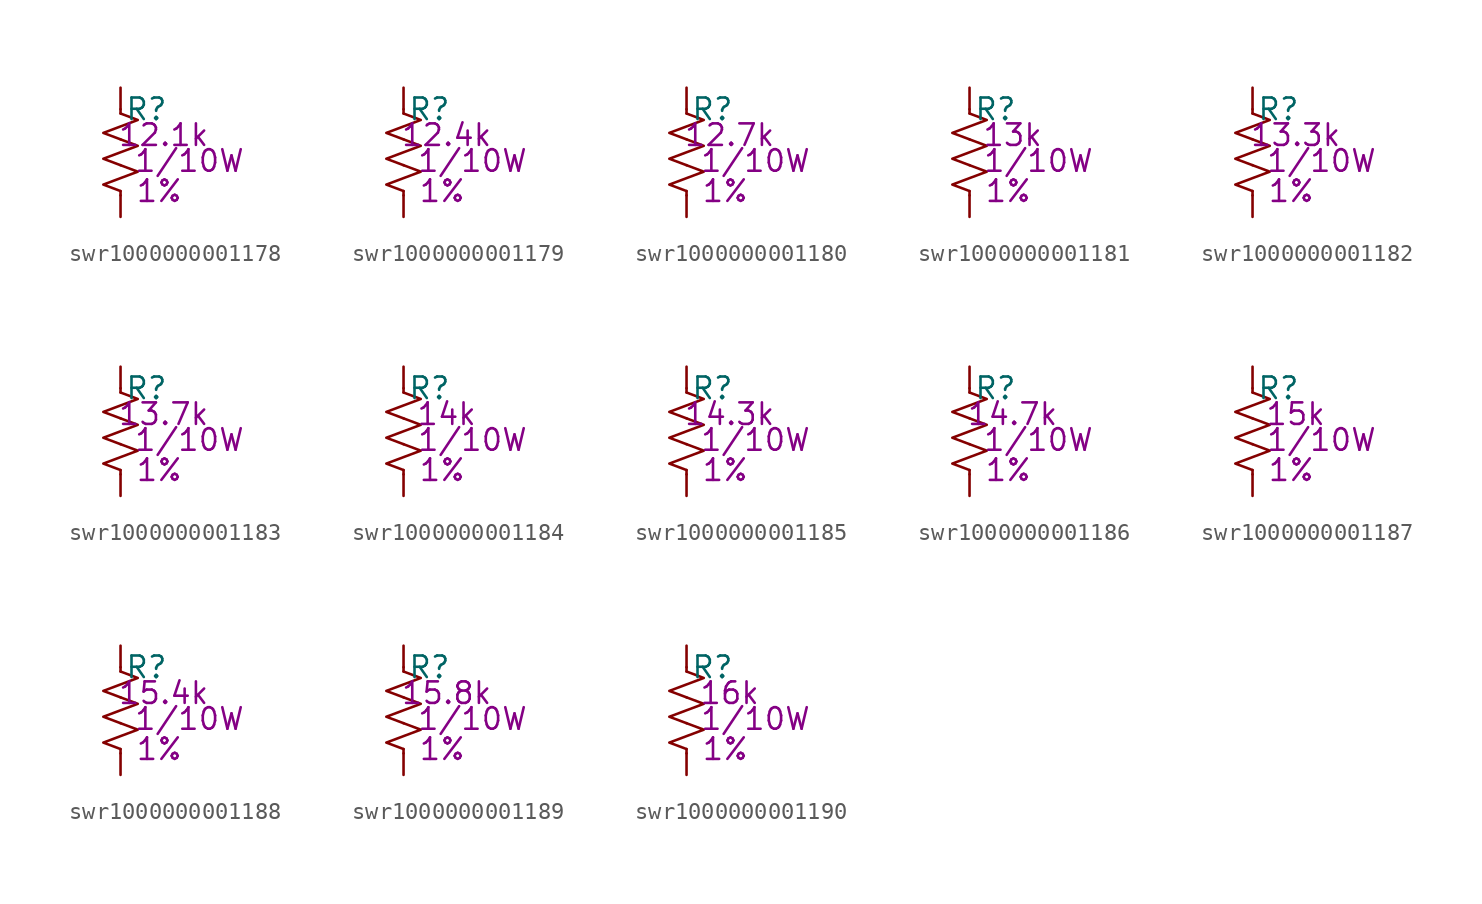
<source format=kicad_sym>
(kicad_symbol_lib
  (version 20211014)
  (generator kicad_symbol_editor)
  (symbol "swr1000000001178"
    (pin_numbers hide)
    (pin_names
      (offset 1.016))
    (property "Reference" "R"
      (at 1.524 2.54 0)
      (effects (font (size 1.27 1.27))))
    (property "PartValue" "12.1k"
      (at 2.54 1.016 0)
      (effects (font (size 1.27 1.27))))
    (property "Tolerance" "1%"
      (at 2.286 -2.286 0)
      (effects (font (size 1.27 1.27))))
    (property "Wattage" "1/10W"
      (at 4.064 -0.508 0)
      (effects (font (size 1.27 1.27))))
    (symbol "swr1000000001178_1_1"
      (polyline (pts (xy 0 -2.286) (xy 0 -2.54)) (stroke (width 0) (type default) (color 0 0 0 0)) (fill (type none)))
      (polyline (pts (xy 0 2.286) (xy 0 2.54)) (stroke (width 0) (type default) (color 0 0 0 0)) (fill (type none)))
      (polyline (pts (xy 0 -0.762) (xy 1.016 -1.143) (xy 0 -1.524) (xy -1.016 -1.905) (xy 0 -2.286)) (stroke (width 0) (type default) (color 0 0 0 0)) (fill (type none)))
      (polyline (pts (xy 0 0.762) (xy 1.016 0.381) (xy 0 0) (xy -1.016 -0.381) (xy 0 -0.762)) (stroke (width 0) (type default) (color 0 0 0 0)) (fill (type none)))
      (polyline (pts (xy 0 2.286) (xy 1.016 1.905) (xy 0 1.524) (xy -1.016 1.143) (xy 0 0.762)) (stroke (width 0) (type default) (color 0 0 0 0)) (fill (type none)))
      (pin passive line (at 0 3.81 270) (length 1.27) (name "~" (effects (font (size 1.27 1.27)))) (number "1" (effects (font (size 1.27 1.27)))))
      (pin passive line (at 0 -3.81 90) (length 1.27) (name "~" (effects (font (size 1.27 1.27)))) (number "2" (effects (font (size 1.27 1.27)))))))
  (symbol "swr1000000001179"
    (pin_numbers hide)
    (pin_names
      (offset 1.016))
    (property "Reference" "R"
      (at 1.524 2.54 0)
      (effects (font (size 1.27 1.27))))
    (property "PartValue" "12.4k"
      (at 2.54 1.016 0)
      (effects (font (size 1.27 1.27))))
    (property "Tolerance" "1%"
      (at 2.286 -2.286 0)
      (effects (font (size 1.27 1.27))))
    (property "Wattage" "1/10W"
      (at 4.064 -0.508 0)
      (effects (font (size 1.27 1.27))))
    (symbol "swr1000000001179_1_1"
      (polyline (pts (xy 0 -2.286) (xy 0 -2.54)) (stroke (width 0) (type default) (color 0 0 0 0)) (fill (type none)))
      (polyline (pts (xy 0 2.286) (xy 0 2.54)) (stroke (width 0) (type default) (color 0 0 0 0)) (fill (type none)))
      (polyline (pts (xy 0 -0.762) (xy 1.016 -1.143) (xy 0 -1.524) (xy -1.016 -1.905) (xy 0 -2.286)) (stroke (width 0) (type default) (color 0 0 0 0)) (fill (type none)))
      (polyline (pts (xy 0 0.762) (xy 1.016 0.381) (xy 0 0) (xy -1.016 -0.381) (xy 0 -0.762)) (stroke (width 0) (type default) (color 0 0 0 0)) (fill (type none)))
      (polyline (pts (xy 0 2.286) (xy 1.016 1.905) (xy 0 1.524) (xy -1.016 1.143) (xy 0 0.762)) (stroke (width 0) (type default) (color 0 0 0 0)) (fill (type none)))
      (pin passive line (at 0 3.81 270) (length 1.27) (name "~" (effects (font (size 1.27 1.27)))) (number "1" (effects (font (size 1.27 1.27)))))
      (pin passive line (at 0 -3.81 90) (length 1.27) (name "~" (effects (font (size 1.27 1.27)))) (number "2" (effects (font (size 1.27 1.27)))))))
  (symbol "swr1000000001180"
    (pin_numbers hide)
    (pin_names
      (offset 1.016))
    (property "Reference" "R"
      (at 1.524 2.54 0)
      (effects (font (size 1.27 1.27))))
    (property "PartValue" "12.7k"
      (at 2.54 1.016 0)
      (effects (font (size 1.27 1.27))))
    (property "Tolerance" "1%"
      (at 2.286 -2.286 0)
      (effects (font (size 1.27 1.27))))
    (property "Wattage" "1/10W"
      (at 4.064 -0.508 0)
      (effects (font (size 1.27 1.27))))
    (symbol "swr1000000001180_1_1"
      (polyline (pts (xy 0 -2.286) (xy 0 -2.54)) (stroke (width 0) (type default) (color 0 0 0 0)) (fill (type none)))
      (polyline (pts (xy 0 2.286) (xy 0 2.54)) (stroke (width 0) (type default) (color 0 0 0 0)) (fill (type none)))
      (polyline (pts (xy 0 -0.762) (xy 1.016 -1.143) (xy 0 -1.524) (xy -1.016 -1.905) (xy 0 -2.286)) (stroke (width 0) (type default) (color 0 0 0 0)) (fill (type none)))
      (polyline (pts (xy 0 0.762) (xy 1.016 0.381) (xy 0 0) (xy -1.016 -0.381) (xy 0 -0.762)) (stroke (width 0) (type default) (color 0 0 0 0)) (fill (type none)))
      (polyline (pts (xy 0 2.286) (xy 1.016 1.905) (xy 0 1.524) (xy -1.016 1.143) (xy 0 0.762)) (stroke (width 0) (type default) (color 0 0 0 0)) (fill (type none)))
      (pin passive line (at 0 3.81 270) (length 1.27) (name "~" (effects (font (size 1.27 1.27)))) (number "1" (effects (font (size 1.27 1.27)))))
      (pin passive line (at 0 -3.81 90) (length 1.27) (name "~" (effects (font (size 1.27 1.27)))) (number "2" (effects (font (size 1.27 1.27)))))))
  (symbol "swr1000000001181"
    (pin_numbers hide)
    (pin_names
      (offset 1.016))
    (property "Reference" "R"
      (at 1.524 2.54 0)
      (effects (font (size 1.27 1.27))))
    (property "PartValue" "13k"
      (at 2.54 1.016 0)
      (effects (font (size 1.27 1.27))))
    (property "Tolerance" "1%"
      (at 2.286 -2.286 0)
      (effects (font (size 1.27 1.27))))
    (property "Wattage" "1/10W"
      (at 4.064 -0.508 0)
      (effects (font (size 1.27 1.27))))
    (symbol "swr1000000001181_1_1"
      (polyline (pts (xy 0 -2.286) (xy 0 -2.54)) (stroke (width 0) (type default) (color 0 0 0 0)) (fill (type none)))
      (polyline (pts (xy 0 2.286) (xy 0 2.54)) (stroke (width 0) (type default) (color 0 0 0 0)) (fill (type none)))
      (polyline (pts (xy 0 -0.762) (xy 1.016 -1.143) (xy 0 -1.524) (xy -1.016 -1.905) (xy 0 -2.286)) (stroke (width 0) (type default) (color 0 0 0 0)) (fill (type none)))
      (polyline (pts (xy 0 0.762) (xy 1.016 0.381) (xy 0 0) (xy -1.016 -0.381) (xy 0 -0.762)) (stroke (width 0) (type default) (color 0 0 0 0)) (fill (type none)))
      (polyline (pts (xy 0 2.286) (xy 1.016 1.905) (xy 0 1.524) (xy -1.016 1.143) (xy 0 0.762)) (stroke (width 0) (type default) (color 0 0 0 0)) (fill (type none)))
      (pin passive line (at 0 3.81 270) (length 1.27) (name "~" (effects (font (size 1.27 1.27)))) (number "1" (effects (font (size 1.27 1.27)))))
      (pin passive line (at 0 -3.81 90) (length 1.27) (name "~" (effects (font (size 1.27 1.27)))) (number "2" (effects (font (size 1.27 1.27)))))))
  (symbol "swr1000000001182"
    (pin_numbers hide)
    (pin_names
      (offset 1.016))
    (property "Reference" "R"
      (at 1.524 2.54 0)
      (effects (font (size 1.27 1.27))))
    (property "PartValue" "13.3k"
      (at 2.54 1.016 0)
      (effects (font (size 1.27 1.27))))
    (property "Tolerance" "1%"
      (at 2.286 -2.286 0)
      (effects (font (size 1.27 1.27))))
    (property "Wattage" "1/10W"
      (at 4.064 -0.508 0)
      (effects (font (size 1.27 1.27))))
    (symbol "swr1000000001182_1_1"
      (polyline (pts (xy 0 -2.286) (xy 0 -2.54)) (stroke (width 0) (type default) (color 0 0 0 0)) (fill (type none)))
      (polyline (pts (xy 0 2.286) (xy 0 2.54)) (stroke (width 0) (type default) (color 0 0 0 0)) (fill (type none)))
      (polyline (pts (xy 0 -0.762) (xy 1.016 -1.143) (xy 0 -1.524) (xy -1.016 -1.905) (xy 0 -2.286)) (stroke (width 0) (type default) (color 0 0 0 0)) (fill (type none)))
      (polyline (pts (xy 0 0.762) (xy 1.016 0.381) (xy 0 0) (xy -1.016 -0.381) (xy 0 -0.762)) (stroke (width 0) (type default) (color 0 0 0 0)) (fill (type none)))
      (polyline (pts (xy 0 2.286) (xy 1.016 1.905) (xy 0 1.524) (xy -1.016 1.143) (xy 0 0.762)) (stroke (width 0) (type default) (color 0 0 0 0)) (fill (type none)))
      (pin passive line (at 0 3.81 270) (length 1.27) (name "~" (effects (font (size 1.27 1.27)))) (number "1" (effects (font (size 1.27 1.27)))))
      (pin passive line (at 0 -3.81 90) (length 1.27) (name "~" (effects (font (size 1.27 1.27)))) (number "2" (effects (font (size 1.27 1.27)))))))
  (symbol "swr1000000001183"
    (pin_numbers hide)
    (pin_names
      (offset 1.016))
    (property "Reference" "R"
      (at 1.524 2.54 0)
      (effects (font (size 1.27 1.27))))
    (property "PartValue" "13.7k"
      (at 2.54 1.016 0)
      (effects (font (size 1.27 1.27))))
    (property "Tolerance" "1%"
      (at 2.286 -2.286 0)
      (effects (font (size 1.27 1.27))))
    (property "Wattage" "1/10W"
      (at 4.064 -0.508 0)
      (effects (font (size 1.27 1.27))))
    (symbol "swr1000000001183_1_1"
      (polyline (pts (xy 0 -2.286) (xy 0 -2.54)) (stroke (width 0) (type default) (color 0 0 0 0)) (fill (type none)))
      (polyline (pts (xy 0 2.286) (xy 0 2.54)) (stroke (width 0) (type default) (color 0 0 0 0)) (fill (type none)))
      (polyline (pts (xy 0 -0.762) (xy 1.016 -1.143) (xy 0 -1.524) (xy -1.016 -1.905) (xy 0 -2.286)) (stroke (width 0) (type default) (color 0 0 0 0)) (fill (type none)))
      (polyline (pts (xy 0 0.762) (xy 1.016 0.381) (xy 0 0) (xy -1.016 -0.381) (xy 0 -0.762)) (stroke (width 0) (type default) (color 0 0 0 0)) (fill (type none)))
      (polyline (pts (xy 0 2.286) (xy 1.016 1.905) (xy 0 1.524) (xy -1.016 1.143) (xy 0 0.762)) (stroke (width 0) (type default) (color 0 0 0 0)) (fill (type none)))
      (pin passive line (at 0 3.81 270) (length 1.27) (name "~" (effects (font (size 1.27 1.27)))) (number "1" (effects (font (size 1.27 1.27)))))
      (pin passive line (at 0 -3.81 90) (length 1.27) (name "~" (effects (font (size 1.27 1.27)))) (number "2" (effects (font (size 1.27 1.27)))))))
  (symbol "swr1000000001184"
    (pin_numbers hide)
    (pin_names
      (offset 1.016))
    (property "Reference" "R"
      (at 1.524 2.54 0)
      (effects (font (size 1.27 1.27))))
    (property "PartValue" "14k"
      (at 2.54 1.016 0)
      (effects (font (size 1.27 1.27))))
    (property "Tolerance" "1%"
      (at 2.286 -2.286 0)
      (effects (font (size 1.27 1.27))))
    (property "Wattage" "1/10W"
      (at 4.064 -0.508 0)
      (effects (font (size 1.27 1.27))))
    (symbol "swr1000000001184_1_1"
      (polyline (pts (xy 0 -2.286) (xy 0 -2.54)) (stroke (width 0) (type default) (color 0 0 0 0)) (fill (type none)))
      (polyline (pts (xy 0 2.286) (xy 0 2.54)) (stroke (width 0) (type default) (color 0 0 0 0)) (fill (type none)))
      (polyline (pts (xy 0 -0.762) (xy 1.016 -1.143) (xy 0 -1.524) (xy -1.016 -1.905) (xy 0 -2.286)) (stroke (width 0) (type default) (color 0 0 0 0)) (fill (type none)))
      (polyline (pts (xy 0 0.762) (xy 1.016 0.381) (xy 0 0) (xy -1.016 -0.381) (xy 0 -0.762)) (stroke (width 0) (type default) (color 0 0 0 0)) (fill (type none)))
      (polyline (pts (xy 0 2.286) (xy 1.016 1.905) (xy 0 1.524) (xy -1.016 1.143) (xy 0 0.762)) (stroke (width 0) (type default) (color 0 0 0 0)) (fill (type none)))
      (pin passive line (at 0 3.81 270) (length 1.27) (name "~" (effects (font (size 1.27 1.27)))) (number "1" (effects (font (size 1.27 1.27)))))
      (pin passive line (at 0 -3.81 90) (length 1.27) (name "~" (effects (font (size 1.27 1.27)))) (number "2" (effects (font (size 1.27 1.27)))))))
  (symbol "swr1000000001185"
    (pin_numbers hide)
    (pin_names
      (offset 1.016))
    (property "Reference" "R"
      (at 1.524 2.54 0)
      (effects (font (size 1.27 1.27))))
    (property "PartValue" "14.3k"
      (at 2.54 1.016 0)
      (effects (font (size 1.27 1.27))))
    (property "Tolerance" "1%"
      (at 2.286 -2.286 0)
      (effects (font (size 1.27 1.27))))
    (property "Wattage" "1/10W"
      (at 4.064 -0.508 0)
      (effects (font (size 1.27 1.27))))
    (symbol "swr1000000001185_1_1"
      (polyline (pts (xy 0 -2.286) (xy 0 -2.54)) (stroke (width 0) (type default) (color 0 0 0 0)) (fill (type none)))
      (polyline (pts (xy 0 2.286) (xy 0 2.54)) (stroke (width 0) (type default) (color 0 0 0 0)) (fill (type none)))
      (polyline (pts (xy 0 -0.762) (xy 1.016 -1.143) (xy 0 -1.524) (xy -1.016 -1.905) (xy 0 -2.286)) (stroke (width 0) (type default) (color 0 0 0 0)) (fill (type none)))
      (polyline (pts (xy 0 0.762) (xy 1.016 0.381) (xy 0 0) (xy -1.016 -0.381) (xy 0 -0.762)) (stroke (width 0) (type default) (color 0 0 0 0)) (fill (type none)))
      (polyline (pts (xy 0 2.286) (xy 1.016 1.905) (xy 0 1.524) (xy -1.016 1.143) (xy 0 0.762)) (stroke (width 0) (type default) (color 0 0 0 0)) (fill (type none)))
      (pin passive line (at 0 3.81 270) (length 1.27) (name "~" (effects (font (size 1.27 1.27)))) (number "1" (effects (font (size 1.27 1.27)))))
      (pin passive line (at 0 -3.81 90) (length 1.27) (name "~" (effects (font (size 1.27 1.27)))) (number "2" (effects (font (size 1.27 1.27)))))))
  (symbol "swr1000000001186"
    (pin_numbers hide)
    (pin_names
      (offset 1.016))
    (property "Reference" "R"
      (at 1.524 2.54 0)
      (effects (font (size 1.27 1.27))))
    (property "PartValue" "14.7k"
      (at 2.54 1.016 0)
      (effects (font (size 1.27 1.27))))
    (property "Tolerance" "1%"
      (at 2.286 -2.286 0)
      (effects (font (size 1.27 1.27))))
    (property "Wattage" "1/10W"
      (at 4.064 -0.508 0)
      (effects (font (size 1.27 1.27))))
    (symbol "swr1000000001186_1_1"
      (polyline (pts (xy 0 -2.286) (xy 0 -2.54)) (stroke (width 0) (type default) (color 0 0 0 0)) (fill (type none)))
      (polyline (pts (xy 0 2.286) (xy 0 2.54)) (stroke (width 0) (type default) (color 0 0 0 0)) (fill (type none)))
      (polyline (pts (xy 0 -0.762) (xy 1.016 -1.143) (xy 0 -1.524) (xy -1.016 -1.905) (xy 0 -2.286)) (stroke (width 0) (type default) (color 0 0 0 0)) (fill (type none)))
      (polyline (pts (xy 0 0.762) (xy 1.016 0.381) (xy 0 0) (xy -1.016 -0.381) (xy 0 -0.762)) (stroke (width 0) (type default) (color 0 0 0 0)) (fill (type none)))
      (polyline (pts (xy 0 2.286) (xy 1.016 1.905) (xy 0 1.524) (xy -1.016 1.143) (xy 0 0.762)) (stroke (width 0) (type default) (color 0 0 0 0)) (fill (type none)))
      (pin passive line (at 0 3.81 270) (length 1.27) (name "~" (effects (font (size 1.27 1.27)))) (number "1" (effects (font (size 1.27 1.27)))))
      (pin passive line (at 0 -3.81 90) (length 1.27) (name "~" (effects (font (size 1.27 1.27)))) (number "2" (effects (font (size 1.27 1.27)))))))
  (symbol "swr1000000001187"
    (pin_numbers hide)
    (pin_names
      (offset 1.016))
    (property "Reference" "R"
      (at 1.524 2.54 0)
      (effects (font (size 1.27 1.27))))
    (property "PartValue" "15k"
      (at 2.54 1.016 0)
      (effects (font (size 1.27 1.27))))
    (property "Tolerance" "1%"
      (at 2.286 -2.286 0)
      (effects (font (size 1.27 1.27))))
    (property "Wattage" "1/10W"
      (at 4.064 -0.508 0)
      (effects (font (size 1.27 1.27))))
    (symbol "swr1000000001187_1_1"
      (polyline (pts (xy 0 -2.286) (xy 0 -2.54)) (stroke (width 0) (type default) (color 0 0 0 0)) (fill (type none)))
      (polyline (pts (xy 0 2.286) (xy 0 2.54)) (stroke (width 0) (type default) (color 0 0 0 0)) (fill (type none)))
      (polyline (pts (xy 0 -0.762) (xy 1.016 -1.143) (xy 0 -1.524) (xy -1.016 -1.905) (xy 0 -2.286)) (stroke (width 0) (type default) (color 0 0 0 0)) (fill (type none)))
      (polyline (pts (xy 0 0.762) (xy 1.016 0.381) (xy 0 0) (xy -1.016 -0.381) (xy 0 -0.762)) (stroke (width 0) (type default) (color 0 0 0 0)) (fill (type none)))
      (polyline (pts (xy 0 2.286) (xy 1.016 1.905) (xy 0 1.524) (xy -1.016 1.143) (xy 0 0.762)) (stroke (width 0) (type default) (color 0 0 0 0)) (fill (type none)))
      (pin passive line (at 0 3.81 270) (length 1.27) (name "~" (effects (font (size 1.27 1.27)))) (number "1" (effects (font (size 1.27 1.27)))))
      (pin passive line (at 0 -3.81 90) (length 1.27) (name "~" (effects (font (size 1.27 1.27)))) (number "2" (effects (font (size 1.27 1.27)))))))
  (symbol "swr1000000001188"
    (pin_numbers hide)
    (pin_names
      (offset 1.016))
    (property "Reference" "R"
      (at 1.524 2.54 0)
      (effects (font (size 1.27 1.27))))
    (property "PartValue" "15.4k"
      (at 2.54 1.016 0)
      (effects (font (size 1.27 1.27))))
    (property "Tolerance" "1%"
      (at 2.286 -2.286 0)
      (effects (font (size 1.27 1.27))))
    (property "Wattage" "1/10W"
      (at 4.064 -0.508 0)
      (effects (font (size 1.27 1.27))))
    (symbol "swr1000000001188_1_1"
      (polyline (pts (xy 0 -2.286) (xy 0 -2.54)) (stroke (width 0) (type default) (color 0 0 0 0)) (fill (type none)))
      (polyline (pts (xy 0 2.286) (xy 0 2.54)) (stroke (width 0) (type default) (color 0 0 0 0)) (fill (type none)))
      (polyline (pts (xy 0 -0.762) (xy 1.016 -1.143) (xy 0 -1.524) (xy -1.016 -1.905) (xy 0 -2.286)) (stroke (width 0) (type default) (color 0 0 0 0)) (fill (type none)))
      (polyline (pts (xy 0 0.762) (xy 1.016 0.381) (xy 0 0) (xy -1.016 -0.381) (xy 0 -0.762)) (stroke (width 0) (type default) (color 0 0 0 0)) (fill (type none)))
      (polyline (pts (xy 0 2.286) (xy 1.016 1.905) (xy 0 1.524) (xy -1.016 1.143) (xy 0 0.762)) (stroke (width 0) (type default) (color 0 0 0 0)) (fill (type none)))
      (pin passive line (at 0 3.81 270) (length 1.27) (name "~" (effects (font (size 1.27 1.27)))) (number "1" (effects (font (size 1.27 1.27)))))
      (pin passive line (at 0 -3.81 90) (length 1.27) (name "~" (effects (font (size 1.27 1.27)))) (number "2" (effects (font (size 1.27 1.27)))))))
  (symbol "swr1000000001189"
    (pin_numbers hide)
    (pin_names
      (offset 1.016))
    (property "Reference" "R"
      (at 1.524 2.54 0)
      (effects (font (size 1.27 1.27))))
    (property "PartValue" "15.8k"
      (at 2.54 1.016 0)
      (effects (font (size 1.27 1.27))))
    (property "Tolerance" "1%"
      (at 2.286 -2.286 0)
      (effects (font (size 1.27 1.27))))
    (property "Wattage" "1/10W"
      (at 4.064 -0.508 0)
      (effects (font (size 1.27 1.27))))
    (symbol "swr1000000001189_1_1"
      (polyline (pts (xy 0 -2.286) (xy 0 -2.54)) (stroke (width 0) (type default) (color 0 0 0 0)) (fill (type none)))
      (polyline (pts (xy 0 2.286) (xy 0 2.54)) (stroke (width 0) (type default) (color 0 0 0 0)) (fill (type none)))
      (polyline (pts (xy 0 -0.762) (xy 1.016 -1.143) (xy 0 -1.524) (xy -1.016 -1.905) (xy 0 -2.286)) (stroke (width 0) (type default) (color 0 0 0 0)) (fill (type none)))
      (polyline (pts (xy 0 0.762) (xy 1.016 0.381) (xy 0 0) (xy -1.016 -0.381) (xy 0 -0.762)) (stroke (width 0) (type default) (color 0 0 0 0)) (fill (type none)))
      (polyline (pts (xy 0 2.286) (xy 1.016 1.905) (xy 0 1.524) (xy -1.016 1.143) (xy 0 0.762)) (stroke (width 0) (type default) (color 0 0 0 0)) (fill (type none)))
      (pin passive line (at 0 3.81 270) (length 1.27) (name "~" (effects (font (size 1.27 1.27)))) (number "1" (effects (font (size 1.27 1.27)))))
      (pin passive line (at 0 -3.81 90) (length 1.27) (name "~" (effects (font (size 1.27 1.27)))) (number "2" (effects (font (size 1.27 1.27)))))))
  (symbol "swr1000000001190"
    (pin_numbers hide)
    (pin_names
      (offset 1.016))
    (property "Reference" "R"
      (at 1.524 2.54 0)
      (effects (font (size 1.27 1.27))))
    (property "PartValue" "16k"
      (at 2.54 1.016 0)
      (effects (font (size 1.27 1.27))))
    (property "Tolerance" "1%"
      (at 2.286 -2.286 0)
      (effects (font (size 1.27 1.27))))
    (property "Wattage" "1/10W"
      (at 4.064 -0.508 0)
      (effects (font (size 1.27 1.27))))
    (symbol "swr1000000001190_1_1"
      (polyline (pts (xy 0 -2.286) (xy 0 -2.54)) (stroke (width 0) (type default) (color 0 0 0 0)) (fill (type none)))
      (polyline (pts (xy 0 2.286) (xy 0 2.54)) (stroke (width 0) (type default) (color 0 0 0 0)) (fill (type none)))
      (polyline (pts (xy 0 -0.762) (xy 1.016 -1.143) (xy 0 -1.524) (xy -1.016 -1.905) (xy 0 -2.286)) (stroke (width 0) (type default) (color 0 0 0 0)) (fill (type none)))
      (polyline (pts (xy 0 0.762) (xy 1.016 0.381) (xy 0 0) (xy -1.016 -0.381) (xy 0 -0.762)) (stroke (width 0) (type default) (color 0 0 0 0)) (fill (type none)))
      (polyline (pts (xy 0 2.286) (xy 1.016 1.905) (xy 0 1.524) (xy -1.016 1.143) (xy 0 0.762)) (stroke (width 0) (type default) (color 0 0 0 0)) (fill (type none)))
      (pin passive line (at 0 3.81 270) (length 1.27) (name "~" (effects (font (size 1.27 1.27)))) (number "1" (effects (font (size 1.27 1.27)))))
      (pin passive line (at 0 -3.81 90) (length 1.27) (name "~" (effects (font (size 1.27 1.27)))) (number "2" (effects (font (size 1.27 1.27))))))))
</source>
